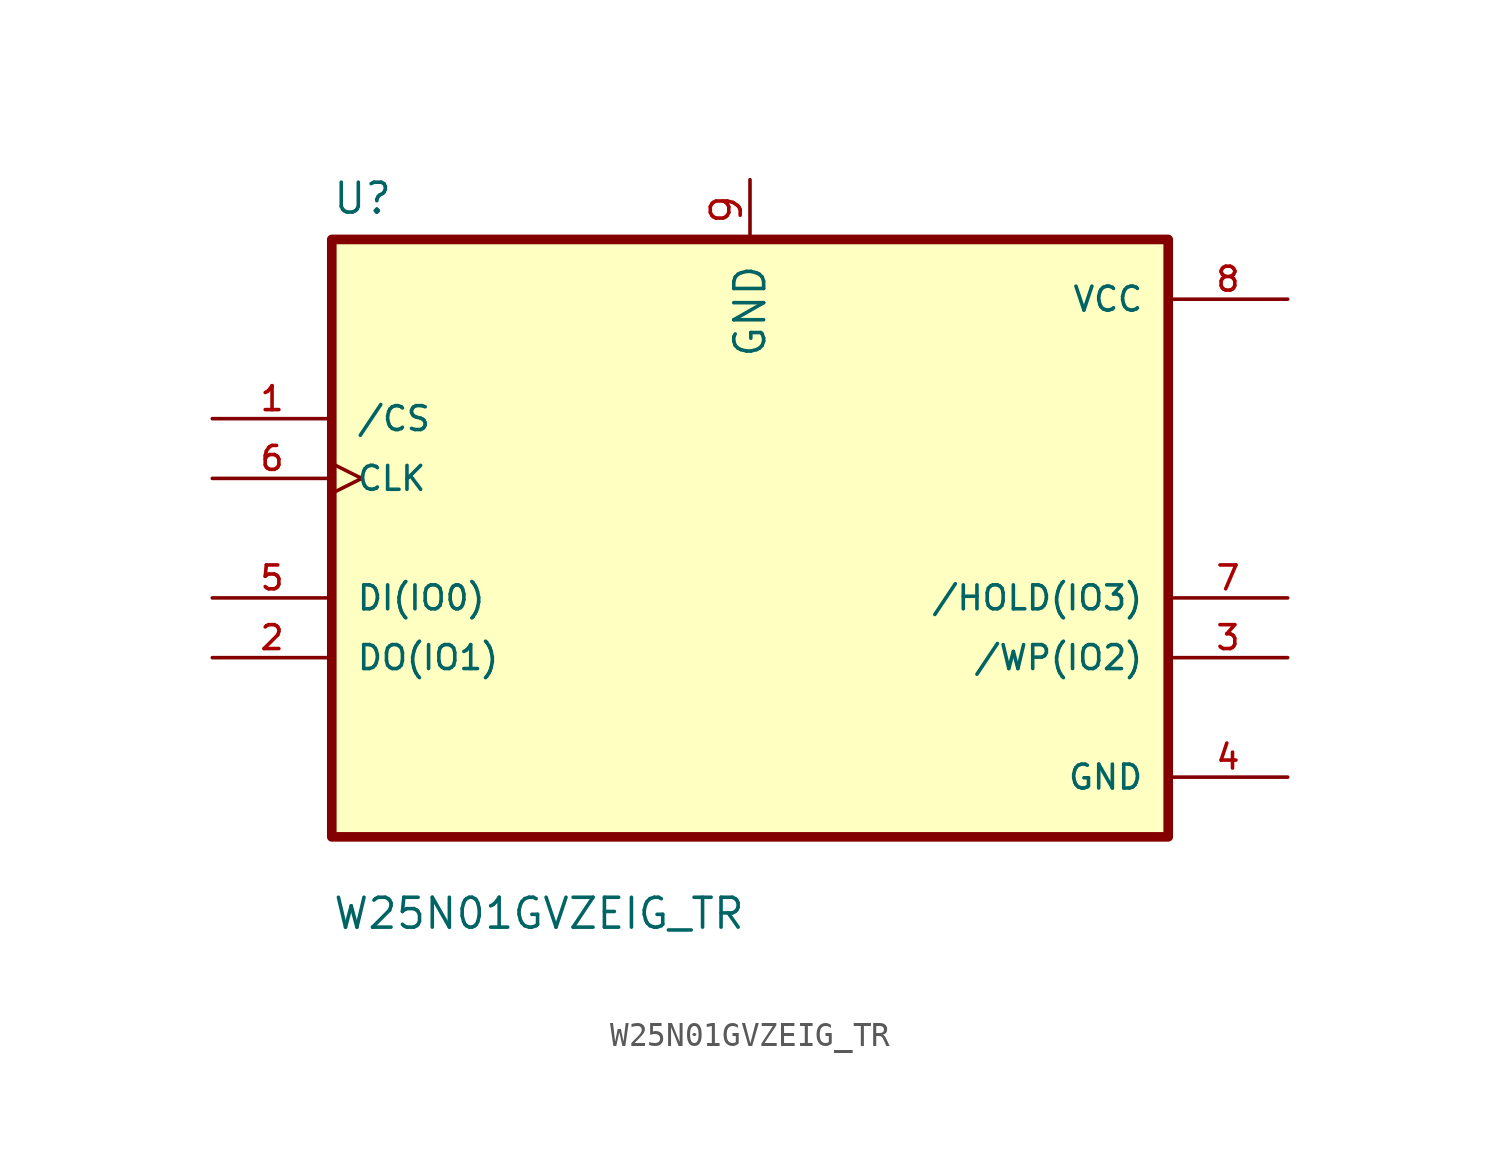
<source format=kicad_sym>
(kicad_symbol_lib
  (version 20231120)
  (generator "kicad_symbol_editor")
  (generator_version "8.0")
  (symbol "W25N01GVZEIG_TR"
    (pin_names
      (offset 1.016))
    (property "Reference" "U"
      (at -17.78 13.7 0)
      (effects (font (size 1.27 1.27)) (justify left bottom)))
    (property "Value" "W25N01GVZEIG_TR"
      (at -17.78 -16.7 0)
      (effects (font (size 1.27 1.27)) (justify left bottom)))
    (symbol "W25N01GVZEIG_TR_0_0"
      (rectangle (start -17.78 -12.7) (end 17.78 12.7) (stroke (width 0.41) (type default)) (fill (type background)))
      (pin input line (at -22.86 5.08 0) (length 5.08) (name "/CS" (effects (font (size 1.016 1.016)))) (number "1" (effects (font (size 1.016 1.016)))))
      (pin bidirectional line (at -22.86 -5.08 0) (length 5.08) (name "DO(IO1)" (effects (font (size 1.016 1.016)))) (number "2" (effects (font (size 1.016 1.016)))))
      (pin bidirectional line (at 22.86 -5.08 180) (length 5.08) (name "/WP(IO2)" (effects (font (size 1.016 1.016)))) (number "3" (effects (font (size 1.016 1.016)))))
      (pin power_in line (at 22.86 -10.16 180) (length 5.08) (name "GND" (effects (font (size 1.016 1.016)))) (number "4" (effects (font (size 1.016 1.016)))))
      (pin bidirectional line (at -22.86 -2.54 0) (length 5.08) (name "DI(IO0)" (effects (font (size 1.016 1.016)))) (number "5" (effects (font (size 1.016 1.016)))))
      (pin input clock (at -22.86 2.54 0) (length 5.08) (name "CLK" (effects (font (size 1.016 1.016)))) (number "6" (effects (font (size 1.016 1.016)))))
      (pin bidirectional line (at 22.86 -2.54 180) (length 5.08) (name "/HOLD(IO3)" (effects (font (size 1.016 1.016)))) (number "7" (effects (font (size 1.016 1.016)))))
      (pin power_in line (at 22.86 10.16 180) (length 5.08) (name "VCC" (effects (font (size 1.016 1.016)))) (number "8" (effects (font (size 1.016 1.016))))))
    (symbol "W25N01GVZEIG_TR_1_1"
      (pin input line (at 0 15.24 270) (length 2.54) (name "GND" (effects (font (size 1.27 1.27)))) (number "9" (effects (font (size 1.27 1.27))))))))
</source>
